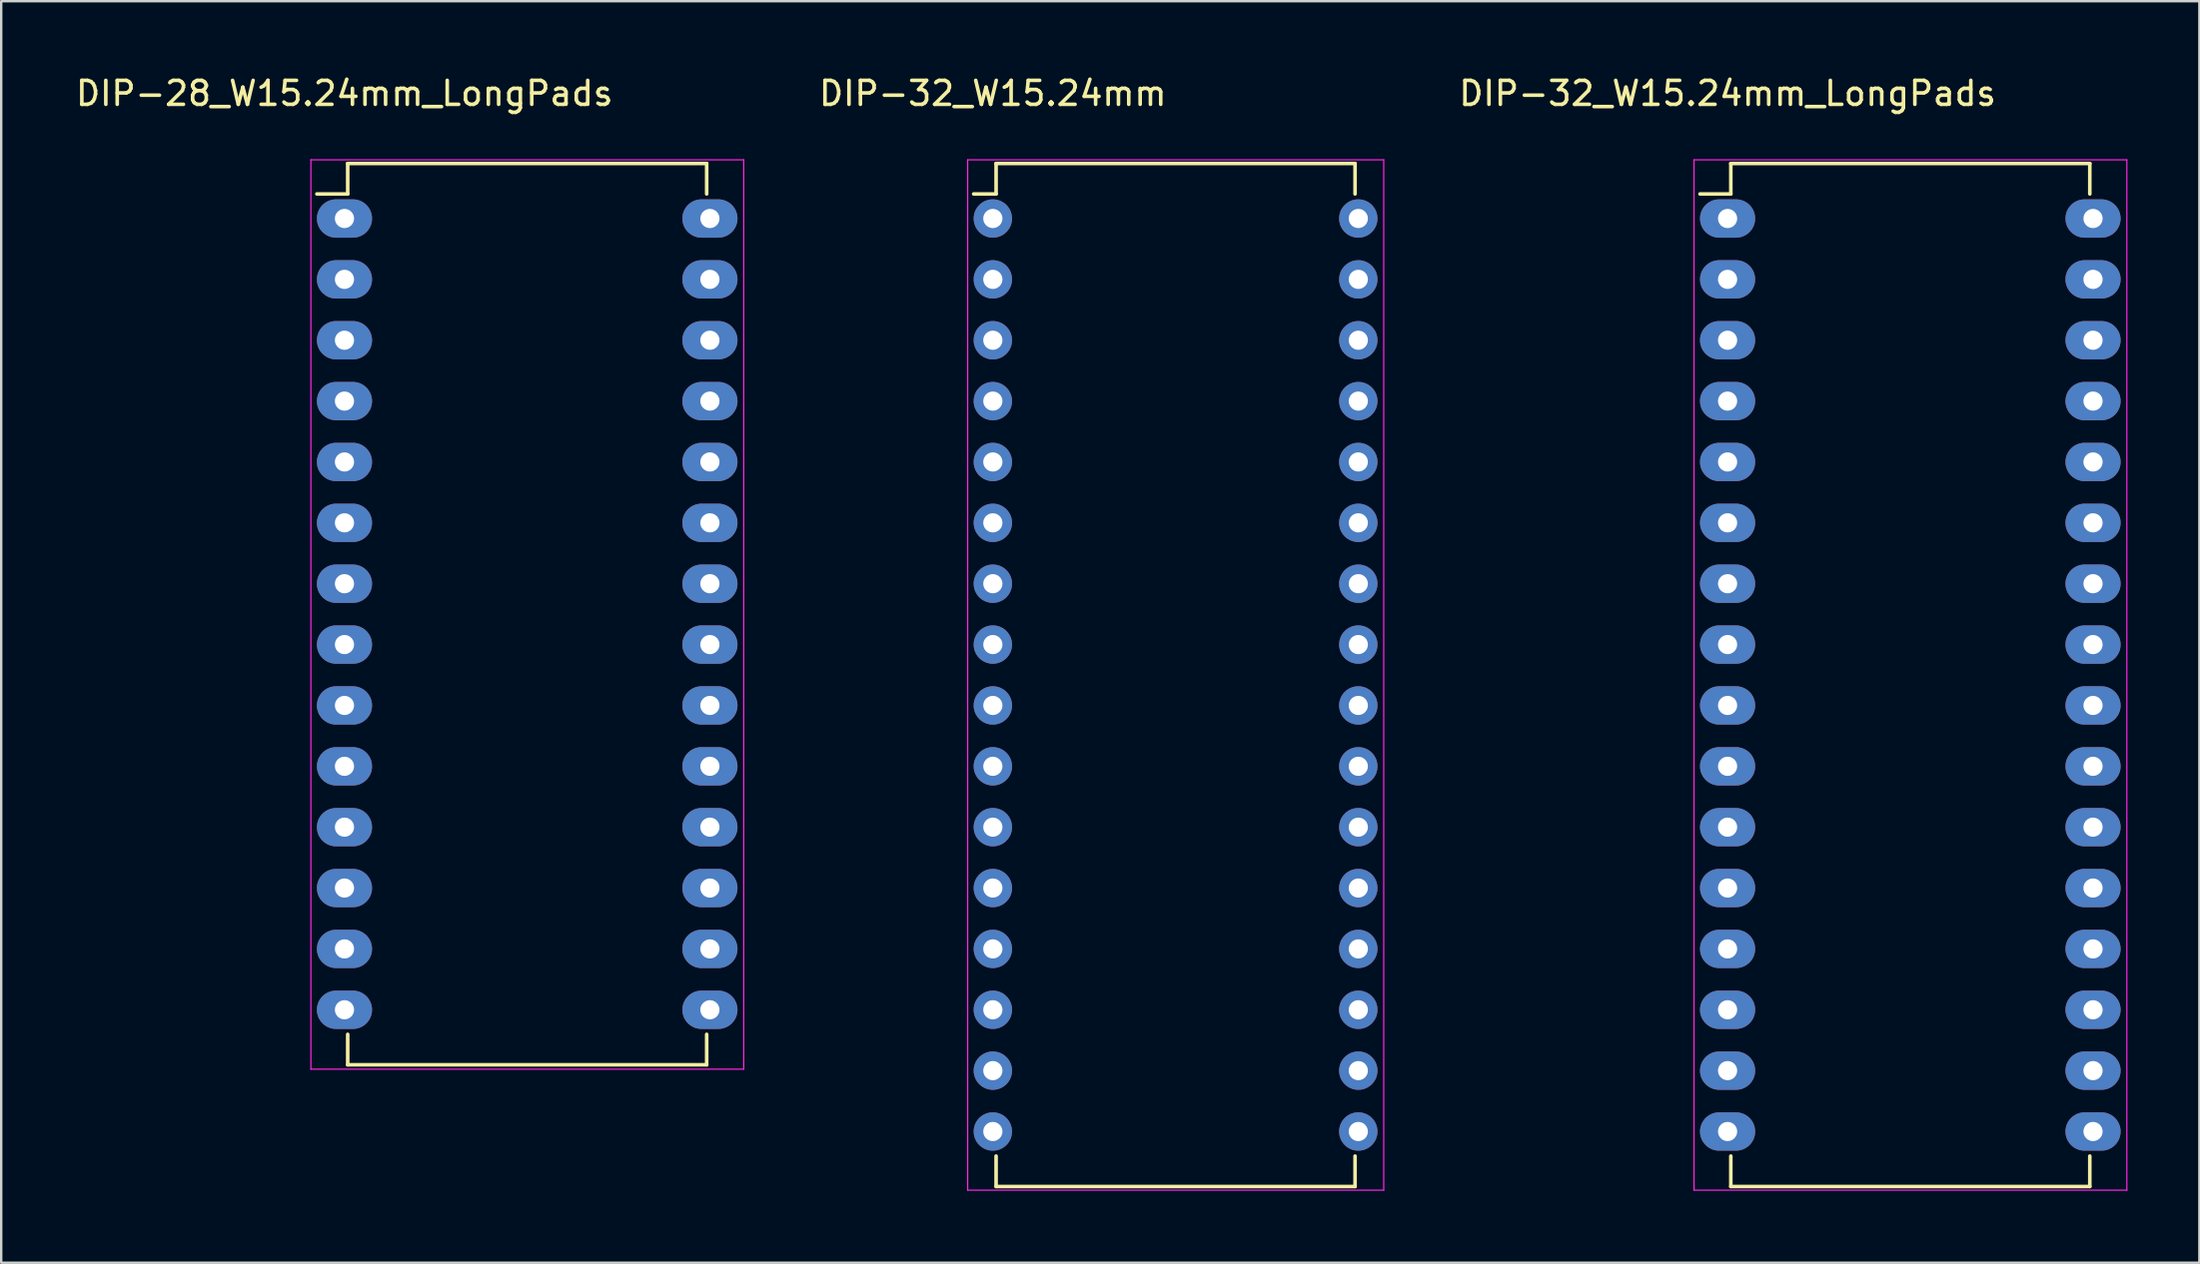
<source format=kicad_pcb>
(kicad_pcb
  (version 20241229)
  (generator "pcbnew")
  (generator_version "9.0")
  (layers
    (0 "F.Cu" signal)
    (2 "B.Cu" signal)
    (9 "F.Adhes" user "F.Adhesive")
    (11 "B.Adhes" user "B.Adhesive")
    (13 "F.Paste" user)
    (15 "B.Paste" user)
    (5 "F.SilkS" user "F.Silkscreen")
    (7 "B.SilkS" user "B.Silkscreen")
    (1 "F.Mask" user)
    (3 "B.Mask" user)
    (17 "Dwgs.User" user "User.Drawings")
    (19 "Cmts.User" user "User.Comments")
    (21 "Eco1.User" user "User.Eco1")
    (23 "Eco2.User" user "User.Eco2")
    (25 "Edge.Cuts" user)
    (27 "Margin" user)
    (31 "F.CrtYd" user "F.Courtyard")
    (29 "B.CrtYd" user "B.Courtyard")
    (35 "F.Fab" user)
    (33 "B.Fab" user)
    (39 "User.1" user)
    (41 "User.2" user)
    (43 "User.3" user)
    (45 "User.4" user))
  (footprint "DIP-28_W15.24mm_LongPads"
    (layer "F.Cu")
    (at 11.315 6.068)
    (property "Reference" "DIP-28_W15.24mm_LongPads" (at 0 -5.22 0) (layer "F.SilkS") (effects (font (size 1 1) (thickness 0.15))))
    (attr through_hole)
    (fp_line (start 0.135 -2.295) (end 0.135 -1.025) (stroke (width 0.15) (type solid)) (layer "F.SilkS"))
    (fp_line (start 0.135 -2.295) (end 15.105 -2.295) (stroke (width 0.15) (type solid)) (layer "F.SilkS"))
    (fp_line (start 0.135 -1.025) (end -1.15 -1.025) (stroke (width 0.15) (type solid)) (layer "F.SilkS"))
    (fp_line (start 0.135 35.315) (end 0.135 34.045) (stroke (width 0.15) (type solid)) (layer "F.SilkS"))
    (fp_line (start 0.135 35.315) (end 15.105 35.315) (stroke (width 0.15) (type solid)) (layer "F.SilkS"))
    (fp_line (start 15.105 -2.295) (end 15.105 -1.025) (stroke (width 0.15) (type solid)) (layer "F.SilkS"))
    (fp_line (start 15.105 35.315) (end 15.105 34.045) (stroke (width 0.15) (type solid)) (layer "F.SilkS"))
    (fp_line (start -1.4 -2.45) (end -1.4 35.5) (stroke (width 0.05) (type solid)) (layer "F.CrtYd"))
    (fp_line (start -1.4 -2.45) (end 16.65 -2.45) (stroke (width 0.05) (type solid)) (layer "F.CrtYd"))
    (fp_line (start -1.4 35.5) (end 16.65 35.5) (stroke (width 0.05) (type solid)) (layer "F.CrtYd"))
    (fp_line (start 16.65 -2.45) (end 16.65 35.5) (stroke (width 0.05) (type solid)) (layer "F.CrtYd"))
    (pad "1" thru_hole oval (at 0 0) (size 2.3 1.6) (drill 0.8) (layers "*.Cu" "*.Mask"))
    (pad "2" thru_hole oval (at 0 2.54) (size 2.3 1.6) (drill 0.8) (layers "*.Cu" "*.Mask"))
    (pad "3" thru_hole oval (at 0 5.08) (size 2.3 1.6) (drill 0.8) (layers "*.Cu" "*.Mask"))
    (pad "4" thru_hole oval (at 0 7.62) (size 2.3 1.6) (drill 0.8) (layers "*.Cu" "*.Mask"))
    (pad "5" thru_hole oval (at 0 10.16) (size 2.3 1.6) (drill 0.8) (layers "*.Cu" "*.Mask"))
    (pad "6" thru_hole oval (at 0 12.7) (size 2.3 1.6) (drill 0.8) (layers "*.Cu" "*.Mask"))
    (pad "7" thru_hole oval (at 0 15.24) (size 2.3 1.6) (drill 0.8) (layers "*.Cu" "*.Mask"))
    (pad "8" thru_hole oval (at 0 17.78) (size 2.3 1.6) (drill 0.8) (layers "*.Cu" "*.Mask"))
    (pad "9" thru_hole oval (at 0 20.32) (size 2.3 1.6) (drill 0.8) (layers "*.Cu" "*.Mask"))
    (pad "10" thru_hole oval (at 0 22.86) (size 2.3 1.6) (drill 0.8) (layers "*.Cu" "*.Mask"))
    (pad "11" thru_hole oval (at 0 25.4) (size 2.3 1.6) (drill 0.8) (layers "*.Cu" "*.Mask"))
    (pad "12" thru_hole oval (at 0 27.94) (size 2.3 1.6) (drill 0.8) (layers "*.Cu" "*.Mask"))
    (pad "13" thru_hole oval (at 0 30.48) (size 2.3 1.6) (drill 0.8) (layers "*.Cu" "*.Mask"))
    (pad "14" thru_hole oval (at 0 33.02) (size 2.3 1.6) (drill 0.8) (layers "*.Cu" "*.Mask"))
    (pad "15" thru_hole oval (at 15.24 33.02) (size 2.3 1.6) (drill 0.8) (layers "*.Cu" "*.Mask"))
    (pad "16" thru_hole oval (at 15.24 30.48) (size 2.3 1.6) (drill 0.8) (layers "*.Cu" "*.Mask"))
    (pad "17" thru_hole oval (at 15.24 27.94) (size 2.3 1.6) (drill 0.8) (layers "*.Cu" "*.Mask"))
    (pad "18" thru_hole oval (at 15.24 25.4) (size 2.3 1.6) (drill 0.8) (layers "*.Cu" "*.Mask"))
    (pad "19" thru_hole oval (at 15.24 22.86) (size 2.3 1.6) (drill 0.8) (layers "*.Cu" "*.Mask"))
    (pad "20" thru_hole oval (at 15.24 20.32) (size 2.3 1.6) (drill 0.8) (layers "*.Cu" "*.Mask"))
    (pad "21" thru_hole oval (at 15.24 17.78) (size 2.3 1.6) (drill 0.8) (layers "*.Cu" "*.Mask"))
    (pad "22" thru_hole oval (at 15.24 15.24) (size 2.3 1.6) (drill 0.8) (layers "*.Cu" "*.Mask"))
    (pad "23" thru_hole oval (at 15.24 12.7) (size 2.3 1.6) (drill 0.8) (layers "*.Cu" "*.Mask"))
    (pad "24" thru_hole oval (at 15.24 10.16) (size 2.3 1.6) (drill 0.8) (layers "*.Cu" "*.Mask"))
    (pad "25" thru_hole oval (at 15.24 7.62) (size 2.3 1.6) (drill 0.8) (layers "*.Cu" "*.Mask"))
    (pad "26" thru_hole oval (at 15.24 5.08) (size 2.3 1.6) (drill 0.8) (layers "*.Cu" "*.Mask"))
    (pad "27" thru_hole oval (at 15.24 2.54) (size 2.3 1.6) (drill 0.8) (layers "*.Cu" "*.Mask"))
    (pad "28" thru_hole oval (at 15.24 0) (size 2.3 1.6) (drill 0.8) (layers "*.Cu" "*.Mask")))
  (footprint "DIP-32_W15.24mm_LongPads"
    (layer "F.Cu")
    (at 68.994 6.068)
    (property "Reference" "DIP-32_W15.24mm_LongPads" (at 0 -5.22 0) (layer "F.SilkS") (effects (font (size 1 1) (thickness 0.15))))
    (attr through_hole)
    (fp_line (start 0.135 -2.295) (end 0.135 -1.025) (stroke (width 0.15) (type solid)) (layer "F.SilkS"))
    (fp_line (start 0.135 -2.295) (end 15.105 -2.295) (stroke (width 0.15) (type solid)) (layer "F.SilkS"))
    (fp_line (start 0.135 -1.025) (end -1.15 -1.025) (stroke (width 0.15) (type solid)) (layer "F.SilkS"))
    (fp_line (start 0.135 40.395) (end 0.135 39.125) (stroke (width 0.15) (type solid)) (layer "F.SilkS"))
    (fp_line (start 0.135 40.395) (end 15.105 40.395) (stroke (width 0.15) (type solid)) (layer "F.SilkS"))
    (fp_line (start 15.105 -2.295) (end 15.105 -1.025) (stroke (width 0.15) (type solid)) (layer "F.SilkS"))
    (fp_line (start 15.105 40.395) (end 15.105 39.125) (stroke (width 0.15) (type solid)) (layer "F.SilkS"))
    (fp_line (start -1.4 -2.45) (end -1.4 40.55) (stroke (width 0.05) (type solid)) (layer "F.CrtYd"))
    (fp_line (start -1.4 -2.45) (end 16.65 -2.45) (stroke (width 0.05) (type solid)) (layer "F.CrtYd"))
    (fp_line (start -1.4 40.55) (end 16.65 40.55) (stroke (width 0.05) (type solid)) (layer "F.CrtYd"))
    (fp_line (start 16.65 -2.45) (end 16.65 40.55) (stroke (width 0.05) (type solid)) (layer "F.CrtYd"))
    (pad "1" thru_hole oval (at 0 0) (size 2.3 1.6) (drill 0.8) (layers "*.Cu" "*.Mask"))
    (pad "2" thru_hole oval (at 0 2.54) (size 2.3 1.6) (drill 0.8) (layers "*.Cu" "*.Mask"))
    (pad "3" thru_hole oval (at 0 5.08) (size 2.3 1.6) (drill 0.8) (layers "*.Cu" "*.Mask"))
    (pad "4" thru_hole oval (at 0 7.62) (size 2.3 1.6) (drill 0.8) (layers "*.Cu" "*.Mask"))
    (pad "5" thru_hole oval (at 0 10.16) (size 2.3 1.6) (drill 0.8) (layers "*.Cu" "*.Mask"))
    (pad "6" thru_hole oval (at 0 12.7) (size 2.3 1.6) (drill 0.8) (layers "*.Cu" "*.Mask"))
    (pad "7" thru_hole oval (at 0 15.24) (size 2.3 1.6) (drill 0.8) (layers "*.Cu" "*.Mask"))
    (pad "8" thru_hole oval (at 0 17.78) (size 2.3 1.6) (drill 0.8) (layers "*.Cu" "*.Mask"))
    (pad "9" thru_hole oval (at 0 20.32) (size 2.3 1.6) (drill 0.8) (layers "*.Cu" "*.Mask"))
    (pad "10" thru_hole oval (at 0 22.86) (size 2.3 1.6) (drill 0.8) (layers "*.Cu" "*.Mask"))
    (pad "11" thru_hole oval (at 0 25.4) (size 2.3 1.6) (drill 0.8) (layers "*.Cu" "*.Mask"))
    (pad "12" thru_hole oval (at 0 27.94) (size 2.3 1.6) (drill 0.8) (layers "*.Cu" "*.Mask"))
    (pad "13" thru_hole oval (at 0 30.48) (size 2.3 1.6) (drill 0.8) (layers "*.Cu" "*.Mask"))
    (pad "14" thru_hole oval (at 0 33.02) (size 2.3 1.6) (drill 0.8) (layers "*.Cu" "*.Mask"))
    (pad "15" thru_hole oval (at 0 35.56) (size 2.3 1.6) (drill 0.8) (layers "*.Cu" "*.Mask"))
    (pad "16" thru_hole oval (at 0 38.1) (size 2.3 1.6) (drill 0.8) (layers "*.Cu" "*.Mask"))
    (pad "17" thru_hole oval (at 15.24 38.1) (size 2.3 1.6) (drill 0.8) (layers "*.Cu" "*.Mask"))
    (pad "18" thru_hole oval (at 15.24 35.56) (size 2.3 1.6) (drill 0.8) (layers "*.Cu" "*.Mask"))
    (pad "19" thru_hole oval (at 15.24 33.02) (size 2.3 1.6) (drill 0.8) (layers "*.Cu" "*.Mask"))
    (pad "20" thru_hole oval (at 15.24 30.48) (size 2.3 1.6) (drill 0.8) (layers "*.Cu" "*.Mask"))
    (pad "21" thru_hole oval (at 15.24 27.94) (size 2.3 1.6) (drill 0.8) (layers "*.Cu" "*.Mask"))
    (pad "22" thru_hole oval (at 15.24 25.4) (size 2.3 1.6) (drill 0.8) (layers "*.Cu" "*.Mask"))
    (pad "23" thru_hole oval (at 15.24 22.86) (size 2.3 1.6) (drill 0.8) (layers "*.Cu" "*.Mask"))
    (pad "24" thru_hole oval (at 15.24 20.32) (size 2.3 1.6) (drill 0.8) (layers "*.Cu" "*.Mask"))
    (pad "25" thru_hole oval (at 15.24 17.78) (size 2.3 1.6) (drill 0.8) (layers "*.Cu" "*.Mask"))
    (pad "26" thru_hole oval (at 15.24 15.24) (size 2.3 1.6) (drill 0.8) (layers "*.Cu" "*.Mask"))
    (pad "27" thru_hole oval (at 15.24 12.7) (size 2.3 1.6) (drill 0.8) (layers "*.Cu" "*.Mask"))
    (pad "28" thru_hole oval (at 15.24 10.16) (size 2.3 1.6) (drill 0.8) (layers "*.Cu" "*.Mask"))
    (pad "29" thru_hole oval (at 15.24 7.62) (size 2.3 1.6) (drill 0.8) (layers "*.Cu" "*.Mask"))
    (pad "30" thru_hole oval (at 15.24 5.08) (size 2.3 1.6) (drill 0.8) (layers "*.Cu" "*.Mask"))
    (pad "31" thru_hole oval (at 15.24 2.54) (size 2.3 1.6) (drill 0.8) (layers "*.Cu" "*.Mask"))
    (pad "32" thru_hole oval (at 15.24 0) (size 2.3 1.6) (drill 0.8) (layers "*.Cu" "*.Mask")))
  (footprint "DIP-32_W15.24mm"
    (layer "F.Cu")
    (at 38.354 6.068)
    (property "Reference" "DIP-32_W15.24mm" (at 0 -5.22 0) (layer "F.SilkS") (effects (font (size 1 1) (thickness 0.15))))
    (attr through_hole)
    (fp_line (start 0.135 -2.295) (end 0.135 -1.025) (stroke (width 0.15) (type solid)) (layer "F.SilkS"))
    (fp_line (start 0.135 -2.295) (end 15.105 -2.295) (stroke (width 0.15) (type solid)) (layer "F.SilkS"))
    (fp_line (start 0.135 -1.025) (end -0.8 -1.025) (stroke (width 0.15) (type solid)) (layer "F.SilkS"))
    (fp_line (start 0.135 40.395) (end 0.135 39.125) (stroke (width 0.15) (type solid)) (layer "F.SilkS"))
    (fp_line (start 0.135 40.395) (end 15.105 40.395) (stroke (width 0.15) (type solid)) (layer "F.SilkS"))
    (fp_line (start 15.105 -2.295) (end 15.105 -1.025) (stroke (width 0.15) (type solid)) (layer "F.SilkS"))
    (fp_line (start 15.105 40.395) (end 15.105 39.125) (stroke (width 0.15) (type solid)) (layer "F.SilkS"))
    (fp_line (start -1.05 -2.45) (end -1.05 40.55) (stroke (width 0.05) (type solid)) (layer "F.CrtYd"))
    (fp_line (start -1.05 -2.45) (end 16.3 -2.45) (stroke (width 0.05) (type solid)) (layer "F.CrtYd"))
    (fp_line (start -1.05 40.55) (end 16.3 40.55) (stroke (width 0.05) (type solid)) (layer "F.CrtYd"))
    (fp_line (start 16.3 -2.45) (end 16.3 40.55) (stroke (width 0.05) (type solid)) (layer "F.CrtYd"))
    (pad "1" thru_hole oval (at 0 0) (size 1.6 1.6) (drill 0.8) (layers "*.Cu" "*.Mask"))
    (pad "2" thru_hole oval (at 0 2.54) (size 1.6 1.6) (drill 0.8) (layers "*.Cu" "*.Mask"))
    (pad "3" thru_hole oval (at 0 5.08) (size 1.6 1.6) (drill 0.8) (layers "*.Cu" "*.Mask"))
    (pad "4" thru_hole oval (at 0 7.62) (size 1.6 1.6) (drill 0.8) (layers "*.Cu" "*.Mask"))
    (pad "5" thru_hole oval (at 0 10.16) (size 1.6 1.6) (drill 0.8) (layers "*.Cu" "*.Mask"))
    (pad "6" thru_hole oval (at 0 12.7) (size 1.6 1.6) (drill 0.8) (layers "*.Cu" "*.Mask"))
    (pad "7" thru_hole oval (at 0 15.24) (size 1.6 1.6) (drill 0.8) (layers "*.Cu" "*.Mask"))
    (pad "8" thru_hole oval (at 0 17.78) (size 1.6 1.6) (drill 0.8) (layers "*.Cu" "*.Mask"))
    (pad "9" thru_hole oval (at 0 20.32) (size 1.6 1.6) (drill 0.8) (layers "*.Cu" "*.Mask"))
    (pad "10" thru_hole oval (at 0 22.86) (size 1.6 1.6) (drill 0.8) (layers "*.Cu" "*.Mask"))
    (pad "11" thru_hole oval (at 0 25.4) (size 1.6 1.6) (drill 0.8) (layers "*.Cu" "*.Mask"))
    (pad "12" thru_hole oval (at 0 27.94) (size 1.6 1.6) (drill 0.8) (layers "*.Cu" "*.Mask"))
    (pad "13" thru_hole oval (at 0 30.48) (size 1.6 1.6) (drill 0.8) (layers "*.Cu" "*.Mask"))
    (pad "14" thru_hole oval (at 0 33.02) (size 1.6 1.6) (drill 0.8) (layers "*.Cu" "*.Mask"))
    (pad "15" thru_hole oval (at 0 35.56) (size 1.6 1.6) (drill 0.8) (layers "*.Cu" "*.Mask"))
    (pad "16" thru_hole oval (at 0 38.1) (size 1.6 1.6) (drill 0.8) (layers "*.Cu" "*.Mask"))
    (pad "17" thru_hole oval (at 15.24 38.1) (size 1.6 1.6) (drill 0.8) (layers "*.Cu" "*.Mask"))
    (pad "18" thru_hole oval (at 15.24 35.56) (size 1.6 1.6) (drill 0.8) (layers "*.Cu" "*.Mask"))
    (pad "19" thru_hole oval (at 15.24 33.02) (size 1.6 1.6) (drill 0.8) (layers "*.Cu" "*.Mask"))
    (pad "20" thru_hole oval (at 15.24 30.48) (size 1.6 1.6) (drill 0.8) (layers "*.Cu" "*.Mask"))
    (pad "21" thru_hole oval (at 15.24 27.94) (size 1.6 1.6) (drill 0.8) (layers "*.Cu" "*.Mask"))
    (pad "22" thru_hole oval (at 15.24 25.4) (size 1.6 1.6) (drill 0.8) (layers "*.Cu" "*.Mask"))
    (pad "23" thru_hole oval (at 15.24 22.86) (size 1.6 1.6) (drill 0.8) (layers "*.Cu" "*.Mask"))
    (pad "24" thru_hole oval (at 15.24 20.32) (size 1.6 1.6) (drill 0.8) (layers "*.Cu" "*.Mask"))
    (pad "25" thru_hole oval (at 15.24 17.78) (size 1.6 1.6) (drill 0.8) (layers "*.Cu" "*.Mask"))
    (pad "26" thru_hole oval (at 15.24 15.24) (size 1.6 1.6) (drill 0.8) (layers "*.Cu" "*.Mask"))
    (pad "27" thru_hole oval (at 15.24 12.7) (size 1.6 1.6) (drill 0.8) (layers "*.Cu" "*.Mask"))
    (pad "28" thru_hole oval (at 15.24 10.16) (size 1.6 1.6) (drill 0.8) (layers "*.Cu" "*.Mask"))
    (pad "29" thru_hole oval (at 15.24 7.62) (size 1.6 1.6) (drill 0.8) (layers "*.Cu" "*.Mask"))
    (pad "30" thru_hole oval (at 15.24 5.08) (size 1.6 1.6) (drill 0.8) (layers "*.Cu" "*.Mask"))
    (pad "31" thru_hole oval (at 15.24 2.54) (size 1.6 1.6) (drill 0.8) (layers "*.Cu" "*.Mask"))
    (pad "32" thru_hole oval (at 15.24 0) (size 1.6 1.6) (drill 0.8) (layers "*.Cu" "*.Mask")))
  (gr_rect
    (start -3 -3)
    (end 88.669 49.643)
    (stroke (width 0.1) (type default))
    (fill no)
    (layer "Edge.Cuts")))
</source>
